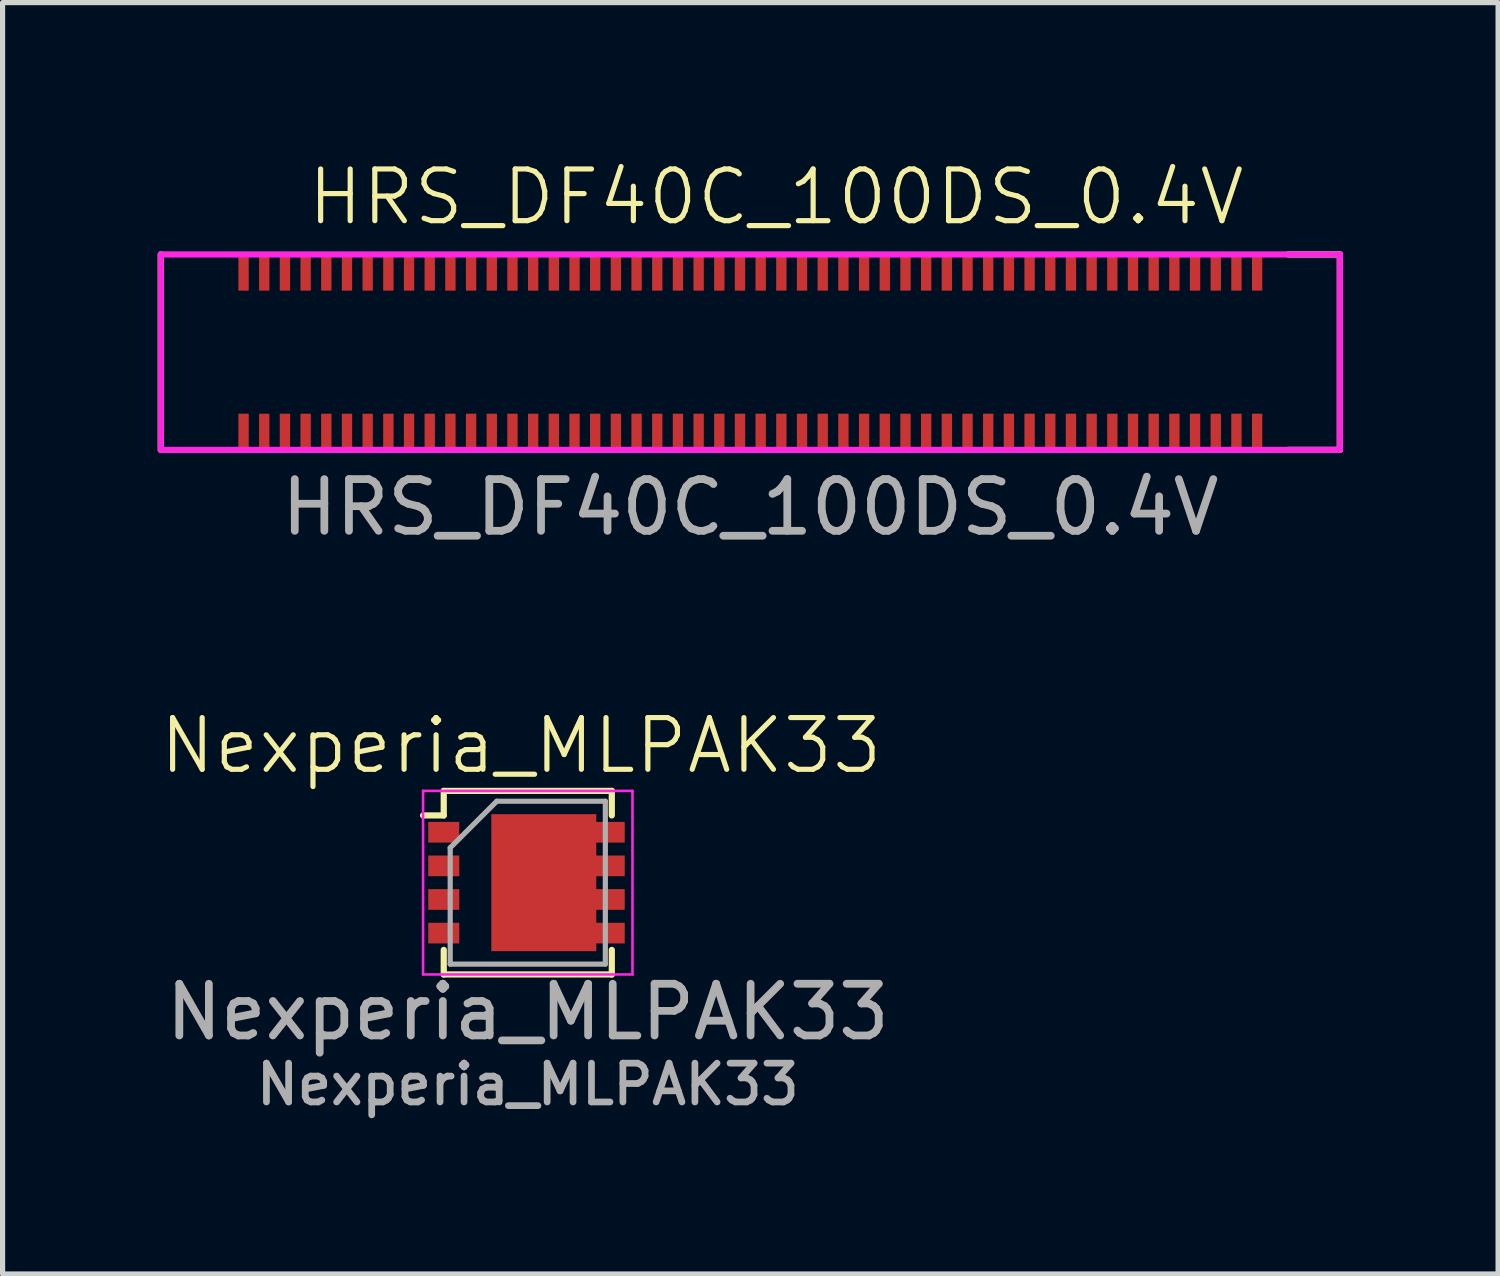
<source format=kicad_pcb>
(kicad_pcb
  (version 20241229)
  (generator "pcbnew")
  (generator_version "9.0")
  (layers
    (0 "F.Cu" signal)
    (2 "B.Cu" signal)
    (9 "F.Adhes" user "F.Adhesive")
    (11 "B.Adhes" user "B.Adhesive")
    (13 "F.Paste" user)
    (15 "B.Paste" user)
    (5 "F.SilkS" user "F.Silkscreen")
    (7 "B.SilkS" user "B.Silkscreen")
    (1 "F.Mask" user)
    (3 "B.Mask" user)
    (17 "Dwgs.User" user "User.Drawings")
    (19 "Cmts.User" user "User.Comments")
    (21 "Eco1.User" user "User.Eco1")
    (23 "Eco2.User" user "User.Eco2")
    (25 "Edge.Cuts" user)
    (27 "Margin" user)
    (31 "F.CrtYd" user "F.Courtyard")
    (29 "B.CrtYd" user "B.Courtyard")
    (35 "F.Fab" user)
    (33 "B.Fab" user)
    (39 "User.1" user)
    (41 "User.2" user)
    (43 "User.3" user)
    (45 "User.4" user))
  (footprint "Nexperia_MLPAK33"
    (layer "F.Cu")
    (at 7.156 14.019)
    (property "Reference" "Nexperia_MLPAK33" (at -0.13 -2.65 0) (unlocked yes) (layer "F.SilkS") (effects (font (size 1 1) (thickness 0.1))))
    (attr smd)
    (fp_line (start -1.625 -1.775) (end -1.625 -1.3) (stroke (width 0.12) (type default)) (layer "F.SilkS"))
    (fp_line (start -1.625 -1.3) (end -2.025 -1.3) (stroke (width 0.12) (type default)) (layer "F.SilkS"))
    (fp_line (start -1.625 1.3) (end -1.625 1.775) (stroke (width 0.12) (type solid)) (layer "F.SilkS"))
    (fp_line (start 1.625 -1.775) (end -1.625 -1.775) (stroke (width 0.12) (type default)) (layer "F.SilkS"))
    (fp_line (start 1.625 -1.775) (end 1.625 -1.3) (stroke (width 0.12) (type solid)) (layer "F.SilkS"))
    (fp_line (start 1.625 1.3) (end 1.625 1.775) (stroke (width 0.12) (type solid)) (layer "F.SilkS"))
    (fp_line (start 1.625 1.775) (end -1.625 1.775) (stroke (width 0.12) (type default)) (layer "F.SilkS"))
    (fp_rect (start -0.49 -1.05) (end 0.21 -0.1) (stroke (width 0.01) (type solid)) (fill yes) (layer "F.Paste"))
    (fp_rect (start -0.49 0.1) (end 0.21 1.05) (stroke (width 0.01) (type solid)) (fill yes) (layer "F.Paste"))
    (fp_rect (start 0.41 -1.05) (end 1.11 -0.1) (stroke (width 0.01) (type solid)) (fill yes) (layer "F.Paste"))
    (fp_rect (start 0.41 0.1) (end 1.11 1.05) (stroke (width 0.01) (type solid)) (fill yes) (layer "F.Paste"))
    (fp_rect (start 1.325 -1.125) (end 1.825 -0.825) (stroke (width 0.01) (type solid)) (fill yes) (layer "F.Paste"))
    (fp_rect (start 1.325 -0.475) (end 1.825 -0.175) (stroke (width 0.01) (type solid)) (fill yes) (layer "F.Paste"))
    (fp_rect (start 1.325 0.175) (end 1.825 0.475) (stroke (width 0.01) (type solid)) (fill yes) (layer "F.Paste"))
    (fp_rect (start 1.325 0.825) (end 1.825 1.125) (stroke (width 0.01) (type solid)) (fill yes) (layer "F.Paste"))
    (fp_line (start -2.025 -1.775) (end -2.025 1.775) (stroke (width 0.05) (type default)) (layer "F.CrtYd"))
    (fp_line (start -2.025 -1.775) (end 2.025 -1.775) (stroke (width 0.05) (type solid)) (layer "F.CrtYd"))
    (fp_line (start -2.025 1.775) (end 2.025 1.775) (stroke (width 0.05) (type solid)) (layer "F.CrtYd"))
    (fp_line (start 2.025 -1.775) (end 2.025 1.775) (stroke (width 0.05) (type default)) (layer "F.CrtYd"))
    (fp_line (start -1.5 -0.675) (end -1.5 1.575) (stroke (width 0.1) (type solid)) (layer "F.Fab"))
    (fp_line (start -1.5 1.575) (end 1.5 1.575) (stroke (width 0.1) (type solid)) (layer "F.Fab"))
    (fp_line (start -0.6 -1.575) (end -1.5 -0.675) (stroke (width 0.1) (type solid)) (layer "F.Fab"))
    (fp_line (start -0.6 -1.575) (end 1.5 -1.575) (stroke (width 0.1) (type solid)) (layer "F.Fab"))
    (fp_line (start 1.5 1.575) (end 1.5 -1.575) (stroke (width 0.1) (type solid)) (layer "F.Fab"))
    (fp_text user "${REFERENCE}" (at 0 3.9 180) (layer "F.Fab") (effects (font (size 0.75 0.75) (thickness 0.13))))
    (fp_text user "${REFERENCE}" (at 0 2.5 0) (unlocked yes) (layer "F.Fab") (effects (font (size 1 1) (thickness 0.15))))
    (pad "" smd rect (at -1.625 -0.975) (size 0.5 0.3) (layers "F.Paste"))
    (pad "1" smd rect (at -1.625 -0.975) (size 0.6 0.4) (layers "F.Cu" "F.Mask" "F.Paste"))
    (pad "2" smd rect (at -1.625 -0.325) (size 0.6 0.4) (layers "F.Cu" "F.Mask" "F.Paste"))
    (pad "3" smd rect (at -1.625 0.325) (size 0.6 0.4) (layers "F.Cu" "F.Mask" "F.Paste"))
    (pad "4" smd rect (at -1.625 0.975) (size 0.6 0.4) (layers "F.Cu" "F.Mask" "F.Paste"))
    (pad "5" smd custom (at 0.31 0) (size 2.03 2.65) (layers "F.Cu" "F.Mask") (options (anchor rect)) (primitives (gr_poly (pts (xy 1.565 1.175) (xy 1 1.175) (xy 1 0.775) (xy 1.565 0.775)) (width 0) (fill yes)) (gr_poly (pts (xy 1.565 -0.775) (xy 1 -0.775) (xy 1 -1.175) (xy 1.565 -1.175)) (width 0) (fill yes)) (gr_poly (pts (xy 1.565 0.525) (xy 1 0.525) (xy 1 0.125) (xy 1.565 0.125)) (width 0) (fill yes)) (gr_poly (pts (xy 1.565 -0.125) (xy 1 -0.125) (xy 1 -0.525) (xy 1.565 -0.525)) (width 0) (fill yes)))))
  (footprint "HRS_DF40C_100DS_0.4V"
    (layer "F.Cu")
    (at 11.46 3.76)
    (property "Reference" "HRS_DF40C_100DS_0.4V" (at 0.5 -3 0) (unlocked yes) (layer "F.SilkS") (effects (font (size 1 1) (thickness 0.1))))
    (attr smd)
    (fp_line (start -11.4 1.89) (end -11.4 -1.89) (stroke (width 0.12) (type solid)) (layer "F.SilkS"))
    (fp_line (start 11.4 -1.89) (end 10.4 -1.89) (stroke (width 0.12) (type solid)) (layer "F.SilkS"))
    (fp_line (start 11.4 1.89) (end 10.4 1.89) (stroke (width 0.12) (type solid)) (layer "F.SilkS"))
    (fp_line (start 11.4 1.89) (end 11.4 -1.89) (stroke (width 0.12) (type solid)) (layer "F.SilkS"))
    (fp_line (start -11.4 -1.89) (end 11.4 -1.89) (stroke (width 0.12) (type solid)) (layer "F.CrtYd"))
    (fp_line (start -11.4 1.89) (end -11.4 -1.89) (stroke (width 0.12) (type solid)) (layer "F.CrtYd"))
    (fp_line (start 11.4 -1.89) (end 11.4 1.89) (stroke (width 0.12) (type solid)) (layer "F.CrtYd"))
    (fp_line (start 11.4 1.89) (end -11.4 1.89) (stroke (width 0.12) (type solid)) (layer "F.CrtYd"))
    (fp_text user "${REFERENCE}" (at 0 3 0) (unlocked yes) (layer "F.Fab") (effects (font (size 1 1) (thickness 0.15))))
    (pad "1" smd rect (at -9.8 1.54) (size 0.2 0.7) (layers "F.Cu" "F.Mask" "F.Paste"))
    (pad "2" smd rect (at -9.8 -1.54) (size 0.2 0.7) (layers "F.Cu" "F.Mask" "F.Paste"))
    (pad "3" smd rect (at -9.4 1.54) (size 0.2 0.7) (layers "F.Cu" "F.Mask" "F.Paste"))
    (pad "4" smd rect (at -9.4 -1.54) (size 0.2 0.7) (layers "F.Cu" "F.Mask" "F.Paste"))
    (pad "5" smd rect (at -9 1.54) (size 0.2 0.7) (layers "F.Cu" "F.Mask" "F.Paste"))
    (pad "6" smd rect (at -9 -1.54) (size 0.2 0.7) (layers "F.Cu" "F.Mask" "F.Paste"))
    (pad "7" smd rect (at -8.6 1.54) (size 0.2 0.7) (layers "F.Cu" "F.Mask" "F.Paste"))
    (pad "8" smd rect (at -8.6 -1.54) (size 0.2 0.7) (layers "F.Cu" "F.Mask" "F.Paste"))
    (pad "9" smd rect (at -8.2 1.54) (size 0.2 0.7) (layers "F.Cu" "F.Mask" "F.Paste"))
    (pad "10" smd rect (at -8.2 -1.54) (size 0.2 0.7) (layers "F.Cu" "F.Mask" "F.Paste"))
    (pad "11" smd rect (at -7.8 1.54) (size 0.2 0.7) (layers "F.Cu" "F.Mask" "F.Paste"))
    (pad "12" smd rect (at -7.8 -1.54) (size 0.2 0.7) (layers "F.Cu" "F.Mask" "F.Paste"))
    (pad "13" smd rect (at -7.4 1.54) (size 0.2 0.7) (layers "F.Cu" "F.Mask" "F.Paste"))
    (pad "14" smd rect (at -7.4 -1.54) (size 0.2 0.7) (layers "F.Cu" "F.Mask" "F.Paste"))
    (pad "15" smd rect (at -7 1.54) (size 0.2 0.7) (layers "F.Cu" "F.Mask" "F.Paste"))
    (pad "16" smd rect (at -7 -1.54) (size 0.2 0.7) (layers "F.Cu" "F.Mask" "F.Paste"))
    (pad "17" smd rect (at -6.6 1.54) (size 0.2 0.7) (layers "F.Cu" "F.Mask" "F.Paste"))
    (pad "18" smd rect (at -6.6 -1.54) (size 0.2 0.7) (layers "F.Cu" "F.Mask" "F.Paste"))
    (pad "19" smd rect (at -6.2 1.54) (size 0.2 0.7) (layers "F.Cu" "F.Mask" "F.Paste"))
    (pad "20" smd rect (at -6.2 -1.54) (size 0.2 0.7) (layers "F.Cu" "F.Mask" "F.Paste"))
    (pad "21" smd rect (at -5.8 1.54) (size 0.2 0.7) (layers "F.Cu" "F.Mask" "F.Paste"))
    (pad "22" smd rect (at -5.8 -1.54) (size 0.2 0.7) (layers "F.Cu" "F.Mask" "F.Paste"))
    (pad "23" smd rect (at -5.4 1.54) (size 0.2 0.7) (layers "F.Cu" "F.Mask" "F.Paste"))
    (pad "24" smd rect (at -5.4 -1.54) (size 0.2 0.7) (layers "F.Cu" "F.Mask" "F.Paste"))
    (pad "25" smd rect (at -5 1.54) (size 0.2 0.7) (layers "F.Cu" "F.Mask" "F.Paste"))
    (pad "26" smd rect (at -5 -1.54) (size 0.2 0.7) (layers "F.Cu" "F.Mask" "F.Paste"))
    (pad "27" smd rect (at -4.6 1.54) (size 0.2 0.7) (layers "F.Cu" "F.Mask" "F.Paste"))
    (pad "28" smd rect (at -4.6 -1.54) (size 0.2 0.7) (layers "F.Cu" "F.Mask" "F.Paste"))
    (pad "29" smd rect (at -4.2 1.54) (size 0.2 0.7) (layers "F.Cu" "F.Mask" "F.Paste"))
    (pad "30" smd rect (at -4.2 -1.54) (size 0.2 0.7) (layers "F.Cu" "F.Mask" "F.Paste"))
    (pad "31" smd rect (at -3.8 1.54) (size 0.2 0.7) (layers "F.Cu" "F.Mask" "F.Paste"))
    (pad "32" smd rect (at -3.8 -1.54) (size 0.2 0.7) (layers "F.Cu" "F.Mask" "F.Paste"))
    (pad "33" smd rect (at -3.4 1.54) (size 0.2 0.7) (layers "F.Cu" "F.Mask" "F.Paste"))
    (pad "34" smd rect (at -3.4 -1.54) (size 0.2 0.7) (layers "F.Cu" "F.Mask" "F.Paste"))
    (pad "35" smd rect (at -3 1.54) (size 0.2 0.7) (layers "F.Cu" "F.Mask" "F.Paste"))
    (pad "36" smd rect (at -3 -1.54) (size 0.2 0.7) (layers "F.Cu" "F.Mask" "F.Paste"))
    (pad "37" smd rect (at -2.6 1.54) (size 0.2 0.7) (layers "F.Cu" "F.Mask" "F.Paste"))
    (pad "38" smd rect (at -2.6 -1.54) (size 0.2 0.7) (layers "F.Cu" "F.Mask" "F.Paste"))
    (pad "39" smd rect (at -2.2 1.54) (size 0.2 0.7) (layers "F.Cu" "F.Mask" "F.Paste"))
    (pad "40" smd rect (at -2.2 -1.54) (size 0.2 0.7) (layers "F.Cu" "F.Mask" "F.Paste"))
    (pad "41" smd rect (at -1.8 1.54) (size 0.2 0.7) (layers "F.Cu" "F.Mask" "F.Paste"))
    (pad "42" smd rect (at -1.8 -1.54) (size 0.2 0.7) (layers "F.Cu" "F.Mask" "F.Paste"))
    (pad "43" smd rect (at -1.4 1.54) (size 0.2 0.7) (layers "F.Cu" "F.Mask" "F.Paste"))
    (pad "44" smd rect (at -1.4 -1.54) (size 0.2 0.7) (layers "F.Cu" "F.Mask" "F.Paste"))
    (pad "45" smd rect (at -1 1.54) (size 0.2 0.7) (layers "F.Cu" "F.Mask" "F.Paste"))
    (pad "46" smd rect (at -1 -1.54) (size 0.2 0.7) (layers "F.Cu" "F.Mask" "F.Paste"))
    (pad "47" smd rect (at -0.6 1.54) (size 0.2 0.7) (layers "F.Cu" "F.Mask" "F.Paste"))
    (pad "48" smd rect (at -0.6 -1.54) (size 0.2 0.7) (layers "F.Cu" "F.Mask" "F.Paste"))
    (pad "49" smd rect (at -0.2 1.54) (size 0.2 0.7) (layers "F.Cu" "F.Mask" "F.Paste"))
    (pad "50" smd rect (at -0.2 -1.54) (size 0.2 0.7) (layers "F.Cu" "F.Mask" "F.Paste"))
    (pad "51" smd rect (at 0.2 1.54) (size 0.2 0.7) (layers "F.Cu" "F.Mask" "F.Paste"))
    (pad "52" smd rect (at 0.2 -1.54) (size 0.2 0.7) (layers "F.Cu" "F.Mask" "F.Paste"))
    (pad "53" smd rect (at 0.6 1.54) (size 0.2 0.7) (layers "F.Cu" "F.Mask" "F.Paste"))
    (pad "54" smd rect (at 0.6 -1.54) (size 0.2 0.7) (layers "F.Cu" "F.Mask" "F.Paste"))
    (pad "55" smd rect (at 1 1.54) (size 0.2 0.7) (layers "F.Cu" "F.Mask" "F.Paste"))
    (pad "56" smd rect (at 1 -1.54) (size 0.2 0.7) (layers "F.Cu" "F.Mask" "F.Paste"))
    (pad "57" smd rect (at 1.4 1.54) (size 0.2 0.7) (layers "F.Cu" "F.Mask" "F.Paste"))
    (pad "58" smd rect (at 1.4 -1.54) (size 0.2 0.7) (layers "F.Cu" "F.Mask" "F.Paste"))
    (pad "59" smd rect (at 1.8 1.54) (size 0.2 0.7) (layers "F.Cu" "F.Mask" "F.Paste"))
    (pad "60" smd rect (at 1.8 -1.54) (size 0.2 0.7) (layers "F.Cu" "F.Mask" "F.Paste"))
    (pad "61" smd rect (at 2.2 1.54) (size 0.2 0.7) (layers "F.Cu" "F.Mask" "F.Paste"))
    (pad "62" smd rect (at 2.2 -1.54) (size 0.2 0.7) (layers "F.Cu" "F.Mask" "F.Paste"))
    (pad "63" smd rect (at 2.6 1.54) (size 0.2 0.7) (layers "F.Cu" "F.Mask" "F.Paste"))
    (pad "64" smd rect (at 2.6 -1.54) (size 0.2 0.7) (layers "F.Cu" "F.Mask" "F.Paste"))
    (pad "65" smd rect (at 3 1.54) (size 0.2 0.7) (layers "F.Cu" "F.Mask" "F.Paste"))
    (pad "66" smd rect (at 3 -1.54) (size 0.2 0.7) (layers "F.Cu" "F.Mask" "F.Paste"))
    (pad "67" smd rect (at 3.4 1.54) (size 0.2 0.7) (layers "F.Cu" "F.Mask" "F.Paste"))
    (pad "68" smd rect (at 3.4 -1.54) (size 0.2 0.7) (layers "F.Cu" "F.Mask" "F.Paste"))
    (pad "69" smd rect (at 3.8 1.54) (size 0.2 0.7) (layers "F.Cu" "F.Mask" "F.Paste"))
    (pad "70" smd rect (at 3.8 -1.54) (size 0.2 0.7) (layers "F.Cu" "F.Mask" "F.Paste"))
    (pad "71" smd rect (at 4.2 1.54) (size 0.2 0.7) (layers "F.Cu" "F.Mask" "F.Paste"))
    (pad "72" smd rect (at 4.2 -1.54) (size 0.2 0.7) (layers "F.Cu" "F.Mask" "F.Paste"))
    (pad "73" smd rect (at 4.6 1.54) (size 0.2 0.7) (layers "F.Cu" "F.Mask" "F.Paste"))
    (pad "74" smd rect (at 4.6 -1.54) (size 0.2 0.7) (layers "F.Cu" "F.Mask" "F.Paste"))
    (pad "75" smd rect (at 5 1.54) (size 0.2 0.7) (layers "F.Cu" "F.Mask" "F.Paste"))
    (pad "76" smd rect (at 5 -1.54) (size 0.2 0.7) (layers "F.Cu" "F.Mask" "F.Paste"))
    (pad "77" smd rect (at 5.4 1.54) (size 0.2 0.7) (layers "F.Cu" "F.Mask" "F.Paste"))
    (pad "78" smd rect (at 5.4 -1.54) (size 0.2 0.7) (layers "F.Cu" "F.Mask" "F.Paste"))
    (pad "79" smd rect (at 5.8 1.54) (size 0.2 0.7) (layers "F.Cu" "F.Mask" "F.Paste"))
    (pad "80" smd rect (at 5.8 -1.54) (size 0.2 0.7) (layers "F.Cu" "F.Mask" "F.Paste"))
    (pad "81" smd rect (at 6.2 1.54) (size 0.2 0.7) (layers "F.Cu" "F.Mask" "F.Paste"))
    (pad "82" smd rect (at 6.2 -1.54) (size 0.2 0.7) (layers "F.Cu" "F.Mask" "F.Paste"))
    (pad "83" smd rect (at 6.6 1.54) (size 0.2 0.7) (layers "F.Cu" "F.Mask" "F.Paste"))
    (pad "84" smd rect (at 6.6 -1.54) (size 0.2 0.7) (layers "F.Cu" "F.Mask" "F.Paste"))
    (pad "85" smd rect (at 7 1.54) (size 0.2 0.7) (layers "F.Cu" "F.Mask" "F.Paste"))
    (pad "86" smd rect (at 7 -1.54) (size 0.2 0.7) (layers "F.Cu" "F.Mask" "F.Paste"))
    (pad "87" smd rect (at 7.4 1.54) (size 0.2 0.7) (layers "F.Cu" "F.Mask" "F.Paste"))
    (pad "88" smd rect (at 7.4 -1.54) (size 0.2 0.7) (layers "F.Cu" "F.Mask" "F.Paste"))
    (pad "89" smd rect (at 7.8 1.54) (size 0.2 0.7) (layers "F.Cu" "F.Mask" "F.Paste"))
    (pad "90" smd rect (at 7.8 -1.54) (size 0.2 0.7) (layers "F.Cu" "F.Mask" "F.Paste"))
    (pad "91" smd rect (at 8.2 1.54) (size 0.2 0.7) (layers "F.Cu" "F.Mask" "F.Paste"))
    (pad "92" smd rect (at 8.2 -1.54) (size 0.2 0.7) (layers "F.Cu" "F.Mask" "F.Paste"))
    (pad "93" smd rect (at 8.6 1.54) (size 0.2 0.7) (layers "F.Cu" "F.Mask" "F.Paste"))
    (pad "94" smd rect (at 8.6 -1.54) (size 0.2 0.7) (layers "F.Cu" "F.Mask" "F.Paste"))
    (pad "95" smd rect (at 9 1.54) (size 0.2 0.7) (layers "F.Cu" "F.Mask" "F.Paste"))
    (pad "96" smd rect (at 9 -1.54) (size 0.2 0.7) (layers "F.Cu" "F.Mask" "F.Paste"))
    (pad "97" smd rect (at 9.4 1.54) (size 0.2 0.7) (layers "F.Cu" "F.Mask" "F.Paste"))
    (pad "98" smd rect (at 9.4 -1.54) (size 0.2 0.7) (layers "F.Cu" "F.Mask" "F.Paste"))
    (pad "99" smd rect (at 9.8 1.54) (size 0.2 0.7) (layers "F.Cu" "F.Mask" "F.Paste"))
    (pad "100" smd rect (at 9.8 -1.54) (size 0.2 0.7) (layers "F.Cu" "F.Mask" "F.Paste")))
  (gr_rect
    (start -3 -3)
    (end 25.92 21.586)
    (stroke (width 0.1) (type default))
    (fill no)
    (layer "Edge.Cuts")))
</source>
